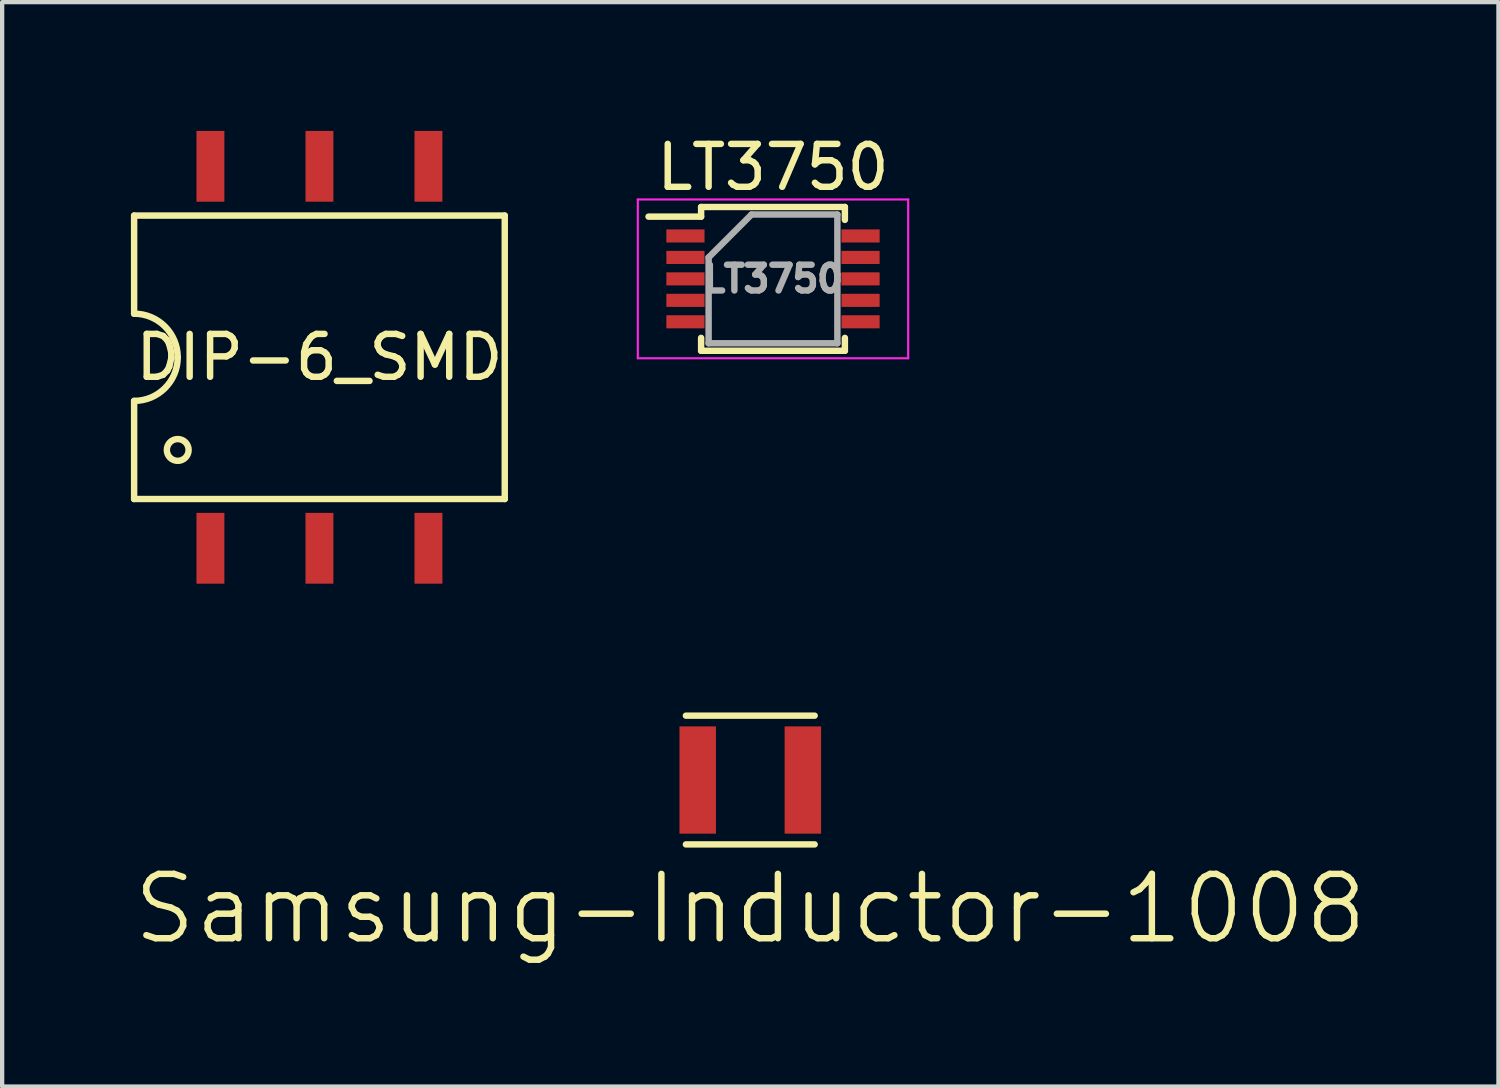
<source format=kicad_pcb>
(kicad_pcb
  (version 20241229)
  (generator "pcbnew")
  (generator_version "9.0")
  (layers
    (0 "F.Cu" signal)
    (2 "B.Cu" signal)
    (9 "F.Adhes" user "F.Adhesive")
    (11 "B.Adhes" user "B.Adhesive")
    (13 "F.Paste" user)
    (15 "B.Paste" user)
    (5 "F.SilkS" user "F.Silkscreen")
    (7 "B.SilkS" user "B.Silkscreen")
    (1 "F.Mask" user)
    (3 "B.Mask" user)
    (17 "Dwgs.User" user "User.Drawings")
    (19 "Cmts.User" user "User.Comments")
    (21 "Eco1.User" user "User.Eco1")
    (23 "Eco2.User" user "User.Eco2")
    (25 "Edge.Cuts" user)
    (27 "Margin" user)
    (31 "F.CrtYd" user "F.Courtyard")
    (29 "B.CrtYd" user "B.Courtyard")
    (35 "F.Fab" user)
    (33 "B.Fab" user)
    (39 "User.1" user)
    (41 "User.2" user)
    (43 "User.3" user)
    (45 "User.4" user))
  (footprint "Samsung-Inductor-1008"
    (layer "F.Cu")
    (at 14.432 15.125)
    (property "Reference" "Samsung-Inductor-1008" (at 0 3 0) (layer "F.SilkS") (effects (font (size 1.5 1.5) (thickness 0.15))))
    (attr through_hole)
    (fp_line (start -1.5 -1.5) (end 1.5 -1.5) (stroke (width 0.15) (type solid)) (layer "F.SilkS"))
    (fp_line (start -1.5 1.5) (end 1.5 1.5) (stroke (width 0.15) (type solid)) (layer "F.SilkS"))
    (pad "1" smd rect (at -1.225 0) (size 0.85 2.5) (layers "F.Cu" "F.Mask" "F.Paste"))
    (pad "2" smd rect (at 1.225 0) (size 0.85 2.5) (layers "F.Cu" "F.Mask" "F.Paste")))
  (footprint "LT3750"
    (layer "F.Cu")
    (at 14.961 3.448)
    (property "Reference" "LT3750" (at 0 -2.6 0) (layer "F.SilkS") (effects (font (size 1 1) (thickness 0.15))))
    (attr smd)
    (fp_line (start -1.675 -1.675) (end -1.675 -1.45) (stroke (width 0.15) (type solid)) (layer "F.SilkS"))
    (fp_line (start -1.675 -1.675) (end 1.675 -1.675) (stroke (width 0.15) (type solid)) (layer "F.SilkS"))
    (fp_line (start -1.675 -1.45) (end -2.9 -1.45) (stroke (width 0.15) (type solid)) (layer "F.SilkS"))
    (fp_line (start -1.675 1.675) (end -1.675 1.375) (stroke (width 0.15) (type solid)) (layer "F.SilkS"))
    (fp_line (start -1.675 1.675) (end 1.675 1.675) (stroke (width 0.15) (type solid)) (layer "F.SilkS"))
    (fp_line (start 1.675 -1.675) (end 1.675 -1.375) (stroke (width 0.15) (type solid)) (layer "F.SilkS"))
    (fp_line (start 1.675 1.675) (end 1.675 1.375) (stroke (width 0.15) (type solid)) (layer "F.SilkS"))
    (fp_line (start -3.15 -1.85) (end -3.15 1.85) (stroke (width 0.05) (type solid)) (layer "F.CrtYd"))
    (fp_line (start -3.15 -1.85) (end 3.15 -1.85) (stroke (width 0.05) (type solid)) (layer "F.CrtYd"))
    (fp_line (start -3.15 1.85) (end 3.15 1.85) (stroke (width 0.05) (type solid)) (layer "F.CrtYd"))
    (fp_line (start 3.15 -1.85) (end 3.15 1.85) (stroke (width 0.05) (type solid)) (layer "F.CrtYd"))
    (fp_line (start -1.5 -0.5) (end -0.5 -1.5) (stroke (width 0.15) (type solid)) (layer "F.Fab"))
    (fp_line (start -1.5 1.5) (end -1.5 -0.5) (stroke (width 0.15) (type solid)) (layer "F.Fab"))
    (fp_line (start -0.5 -1.5) (end 1.5 -1.5) (stroke (width 0.15) (type solid)) (layer "F.Fab"))
    (fp_line (start 1.5 -1.5) (end 1.5 1.5) (stroke (width 0.15) (type solid)) (layer "F.Fab"))
    (fp_line (start 1.5 1.5) (end -1.5 1.5) (stroke (width 0.15) (type solid)) (layer "F.Fab"))
    (fp_text user "${REFERENCE}" (at 0 0 0) (layer "F.Fab") (effects (font (size 0.6 0.6) (thickness 0.15))))
    (pad "1" smd rect (at -2.04 -1) (size 0.889 0.305) (layers "F.Cu" "F.Mask" "F.Paste"))
    (pad "2" smd rect (at -2.04 -0.5) (size 0.889 0.305) (layers "F.Cu" "F.Mask" "F.Paste"))
    (pad "3" smd rect (at -2.04 0) (size 0.889 0.305) (layers "F.Cu" "F.Mask" "F.Paste"))
    (pad "4" smd rect (at -2.04 0.5) (size 0.889 0.305) (layers "F.Cu" "F.Mask" "F.Paste"))
    (pad "5" smd rect (at -2.04 1) (size 0.889 0.305) (layers "F.Cu" "F.Mask" "F.Paste"))
    (pad "6" smd rect (at 2.04 1) (size 0.889 0.305) (layers "F.Cu" "F.Mask" "F.Paste"))
    (pad "7" smd rect (at 2.04 0.5) (size 0.889 0.305) (layers "F.Cu" "F.Mask" "F.Paste"))
    (pad "8" smd rect (at 2.04 0) (size 0.889 0.305) (layers "F.Cu" "F.Mask" "F.Paste"))
    (pad "9" smd rect (at 2.04 -0.5) (size 0.889 0.305) (layers "F.Cu" "F.Mask" "F.Paste"))
    (pad "10" smd rect (at 2.04 -1) (size 0.889 0.305) (layers "F.Cu" "F.Mask" "F.Paste")))
  (footprint "DIP-6_SMD"
    (layer "F.Cu")
    (at 4.393 5.275)
    (property "Reference" "DIP-6_SMD" (at 0 0 0) (layer "F.SilkS") (effects (font (size 1 1) (thickness 0.15))))
    (attr through_hole)
    (fp_line (start -4.318 -3.302) (end -4.318 -1.016) (stroke (width 0.15) (type solid)) (layer "F.SilkS"))
    (fp_line (start -4.318 -3.302) (end 4.318 -3.302) (stroke (width 0.15) (type solid)) (layer "F.SilkS"))
    (fp_line (start -4.318 1.016) (end -4.318 3.302) (stroke (width 0.15) (type solid)) (layer "F.SilkS"))
    (fp_line (start -4.318 3.302) (end 4.318 3.302) (stroke (width 0.15) (type solid)) (layer "F.SilkS"))
    (fp_line (start 4.318 -3.302) (end 4.318 3.302) (stroke (width 0.15) (type solid)) (layer "F.SilkS"))
    (fp_arc (start -4.318 -1.016) (mid -3.59958 -0.71842) (end -3.302 0) (stroke (width 0.15) (type solid)) (layer "F.SilkS"))
    (fp_arc (start -3.302 0) (mid -3.59958 0.71842) (end -4.318 1.016) (stroke (width 0.15) (type solid)) (layer "F.SilkS"))
    (fp_circle (center -3.302 2.159) (end -3.048 2.159) (stroke (width 0.15) (type solid)) (fill no) (layer "F.SilkS"))
    (pad "1" smd rect (at -2.54 4.45) (size 0.65 1.65) (layers "F.Cu" "F.Mask" "F.Paste"))
    (pad "2" smd rect (at 0 4.45) (size 0.65 1.65) (layers "F.Cu" "F.Mask" "F.Paste"))
    (pad "3" smd rect (at 2.54 4.45) (size 0.65 1.65) (layers "F.Cu" "F.Mask" "F.Paste"))
    (pad "4" smd rect (at 2.54 -4.45) (size 0.65 1.65) (layers "F.Cu" "F.Mask" "F.Paste"))
    (pad "5" smd rect (at 0 -4.45) (size 0.65 1.65) (layers "F.Cu" "F.Mask" "F.Paste"))
    (pad "6" smd rect (at -2.54 -4.45) (size 0.65 1.65) (layers "F.Cu" "F.Mask" "F.Paste")))
  (gr_rect
    (start -3 -3)
    (end 31.864 22.266)
    (stroke (width 0.1) (type default))
    (fill no)
    (layer "Edge.Cuts")))
</source>
